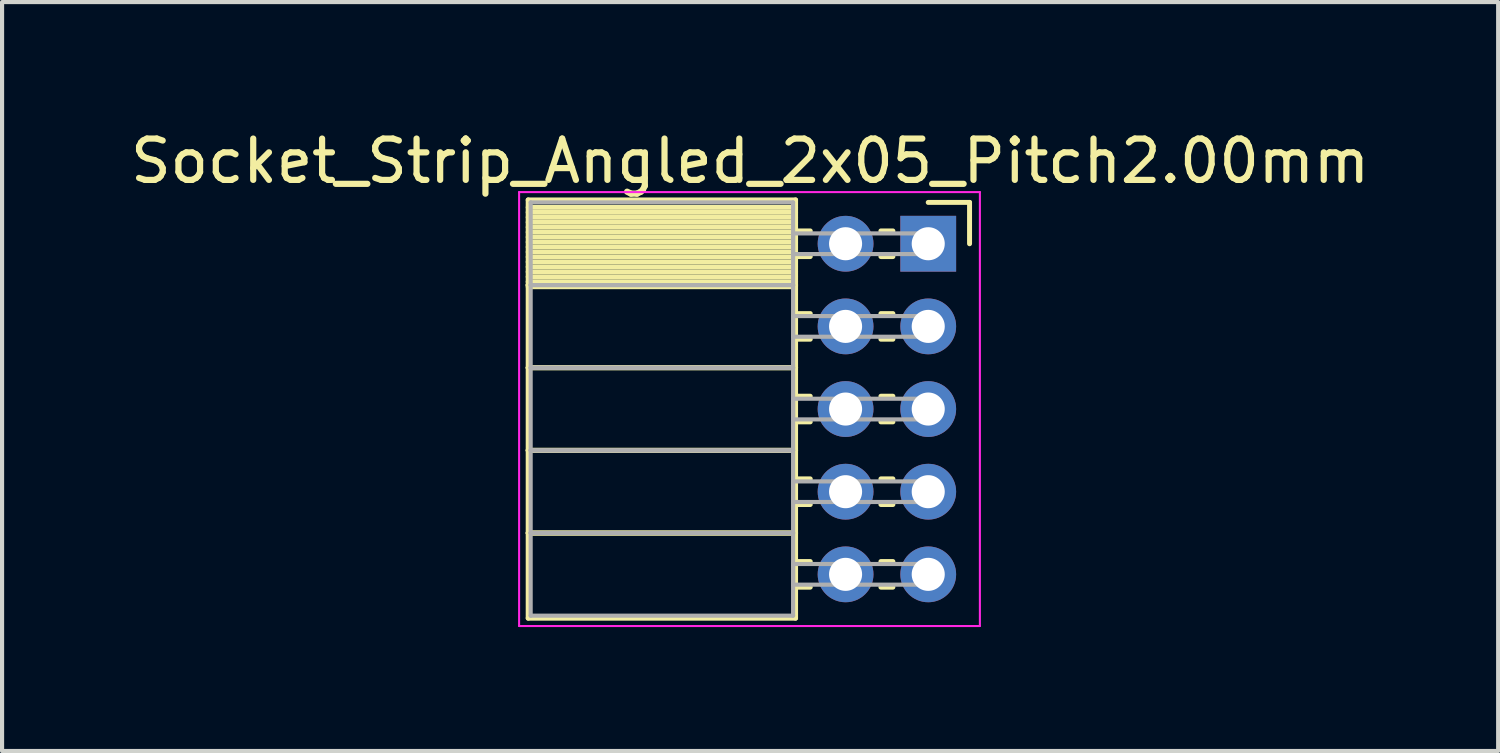
<source format=kicad_pcb>
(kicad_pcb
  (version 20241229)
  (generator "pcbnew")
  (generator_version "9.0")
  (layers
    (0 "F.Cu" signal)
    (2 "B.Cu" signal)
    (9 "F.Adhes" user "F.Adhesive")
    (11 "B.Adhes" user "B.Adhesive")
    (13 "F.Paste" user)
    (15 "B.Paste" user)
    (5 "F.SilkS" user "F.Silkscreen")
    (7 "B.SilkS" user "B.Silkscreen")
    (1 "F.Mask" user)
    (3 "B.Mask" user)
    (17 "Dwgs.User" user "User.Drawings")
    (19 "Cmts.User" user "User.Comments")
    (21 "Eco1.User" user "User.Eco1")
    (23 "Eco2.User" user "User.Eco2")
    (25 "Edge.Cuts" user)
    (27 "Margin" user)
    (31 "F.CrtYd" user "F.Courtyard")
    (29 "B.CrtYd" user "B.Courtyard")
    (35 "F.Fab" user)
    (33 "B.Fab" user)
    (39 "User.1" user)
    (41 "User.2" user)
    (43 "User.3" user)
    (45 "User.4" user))
  (footprint "Socket_Strip_Angled_2x05_Pitch2.00mm"
    (layer "F.Cu")
    (at 19.411 2.848)
    (property "Reference" "Socket_Strip_Angled_2x05_Pitch2.00mm" (at -4.31 -2 0) (layer "F.SilkS") (effects (font (size 1 1) (thickness 0.15))))
    (attr through_hole)
    (fp_line (start -9.68 -1.06) (end -3.21 -1.06) (stroke (width 0.12) (type solid)) (layer "F.SilkS"))
    (fp_line (start -9.68 1) (end -9.68 -1.06) (stroke (width 0.12) (type solid)) (layer "F.SilkS"))
    (fp_line (start -9.68 1) (end -3.21 1) (stroke (width 0.12) (type solid)) (layer "F.SilkS"))
    (fp_line (start -9.68 3) (end -9.68 1) (stroke (width 0.12) (type solid)) (layer "F.SilkS"))
    (fp_line (start -9.68 3) (end -3.21 3) (stroke (width 0.12) (type solid)) (layer "F.SilkS"))
    (fp_line (start -9.68 5) (end -9.68 3) (stroke (width 0.12) (type solid)) (layer "F.SilkS"))
    (fp_line (start -9.68 5) (end -3.21 5) (stroke (width 0.12) (type solid)) (layer "F.SilkS"))
    (fp_line (start -9.68 7) (end -9.68 5) (stroke (width 0.12) (type solid)) (layer "F.SilkS"))
    (fp_line (start -9.68 7) (end -3.21 7) (stroke (width 0.12) (type solid)) (layer "F.SilkS"))
    (fp_line (start -9.68 9.06) (end -9.68 7) (stroke (width 0.12) (type solid)) (layer "F.SilkS"))
    (fp_line (start -3.21 -1.06) (end -3.21 1) (stroke (width 0.12) (type solid)) (layer "F.SilkS"))
    (fp_line (start -3.21 -0.88) (end -9.68 -0.88) (stroke (width 0.12) (type solid)) (layer "F.SilkS"))
    (fp_line (start -3.21 -0.76) (end -9.68 -0.76) (stroke (width 0.12) (type solid)) (layer "F.SilkS"))
    (fp_line (start -3.21 -0.64) (end -9.68 -0.64) (stroke (width 0.12) (type solid)) (layer "F.SilkS"))
    (fp_line (start -3.21 -0.52) (end -9.68 -0.52) (stroke (width 0.12) (type solid)) (layer "F.SilkS"))
    (fp_line (start -3.21 -0.4) (end -9.68 -0.4) (stroke (width 0.12) (type solid)) (layer "F.SilkS"))
    (fp_line (start -3.21 -0.28) (end -9.68 -0.28) (stroke (width 0.12) (type solid)) (layer "F.SilkS"))
    (fp_line (start -3.21 -0.16) (end -9.68 -0.16) (stroke (width 0.12) (type solid)) (layer "F.SilkS"))
    (fp_line (start -3.21 -0.04) (end -9.68 -0.04) (stroke (width 0.12) (type solid)) (layer "F.SilkS"))
    (fp_line (start -3.21 0.08) (end -9.68 0.08) (stroke (width 0.12) (type solid)) (layer "F.SilkS"))
    (fp_line (start -3.21 0.2) (end -9.68 0.2) (stroke (width 0.12) (type solid)) (layer "F.SilkS"))
    (fp_line (start -3.21 0.32) (end -9.68 0.32) (stroke (width 0.12) (type solid)) (layer "F.SilkS"))
    (fp_line (start -3.21 0.44) (end -9.68 0.44) (stroke (width 0.12) (type solid)) (layer "F.SilkS"))
    (fp_line (start -3.21 0.56) (end -9.68 0.56) (stroke (width 0.12) (type solid)) (layer "F.SilkS"))
    (fp_line (start -3.21 0.68) (end -9.68 0.68) (stroke (width 0.12) (type solid)) (layer "F.SilkS"))
    (fp_line (start -3.21 0.8) (end -9.68 0.8) (stroke (width 0.12) (type solid)) (layer "F.SilkS"))
    (fp_line (start -3.21 0.92) (end -9.68 0.92) (stroke (width 0.12) (type solid)) (layer "F.SilkS"))
    (fp_line (start -3.21 1) (end -9.68 1) (stroke (width 0.12) (type solid)) (layer "F.SilkS"))
    (fp_line (start -3.21 1) (end -3.21 3) (stroke (width 0.12) (type solid)) (layer "F.SilkS"))
    (fp_line (start -3.21 1.04) (end -9.68 1.04) (stroke (width 0.12) (type solid)) (layer "F.SilkS"))
    (fp_line (start -3.21 3) (end -9.68 3) (stroke (width 0.12) (type solid)) (layer "F.SilkS"))
    (fp_line (start -3.21 3) (end -3.21 5) (stroke (width 0.12) (type solid)) (layer "F.SilkS"))
    (fp_line (start -3.21 5) (end -9.68 5) (stroke (width 0.12) (type solid)) (layer "F.SilkS"))
    (fp_line (start -3.21 5) (end -3.21 7) (stroke (width 0.12) (type solid)) (layer "F.SilkS"))
    (fp_line (start -3.21 7) (end -9.68 7) (stroke (width 0.12) (type solid)) (layer "F.SilkS"))
    (fp_line (start -3.21 7) (end -3.21 9.06) (stroke (width 0.12) (type solid)) (layer "F.SilkS"))
    (fp_line (start -3.21 9.06) (end -9.68 9.06) (stroke (width 0.12) (type solid)) (layer "F.SilkS"))
    (fp_line (start -2.855 -0.31) (end -3.21 -0.31) (stroke (width 0.12) (type solid)) (layer "F.SilkS"))
    (fp_line (start -2.855 0.31) (end -3.21 0.31) (stroke (width 0.12) (type solid)) (layer "F.SilkS"))
    (fp_line (start -2.855 1.69) (end -3.21 1.69) (stroke (width 0.12) (type solid)) (layer "F.SilkS"))
    (fp_line (start -2.855 2.31) (end -3.21 2.31) (stroke (width 0.12) (type solid)) (layer "F.SilkS"))
    (fp_line (start -2.855 3.69) (end -3.21 3.69) (stroke (width 0.12) (type solid)) (layer "F.SilkS"))
    (fp_line (start -2.855 4.31) (end -3.21 4.31) (stroke (width 0.12) (type solid)) (layer "F.SilkS"))
    (fp_line (start -2.855 5.69) (end -3.21 5.69) (stroke (width 0.12) (type solid)) (layer "F.SilkS"))
    (fp_line (start -2.855 6.31) (end -3.21 6.31) (stroke (width 0.12) (type solid)) (layer "F.SilkS"))
    (fp_line (start -2.855 7.69) (end -3.21 7.69) (stroke (width 0.12) (type solid)) (layer "F.SilkS"))
    (fp_line (start -2.855 8.31) (end -3.21 8.31) (stroke (width 0.12) (type solid)) (layer "F.SilkS"))
    (fp_line (start -0.855 -0.31) (end -1.145 -0.31) (stroke (width 0.12) (type solid)) (layer "F.SilkS"))
    (fp_line (start -0.855 0.31) (end -1.145 0.31) (stroke (width 0.12) (type solid)) (layer "F.SilkS"))
    (fp_line (start -0.855 1.69) (end -1.145 1.69) (stroke (width 0.12) (type solid)) (layer "F.SilkS"))
    (fp_line (start -0.855 2.31) (end -1.145 2.31) (stroke (width 0.12) (type solid)) (layer "F.SilkS"))
    (fp_line (start -0.855 3.69) (end -1.145 3.69) (stroke (width 0.12) (type solid)) (layer "F.SilkS"))
    (fp_line (start -0.855 4.31) (end -1.145 4.31) (stroke (width 0.12) (type solid)) (layer "F.SilkS"))
    (fp_line (start -0.855 5.69) (end -1.145 5.69) (stroke (width 0.12) (type solid)) (layer "F.SilkS"))
    (fp_line (start -0.855 6.31) (end -1.145 6.31) (stroke (width 0.12) (type solid)) (layer "F.SilkS"))
    (fp_line (start -0.855 7.69) (end -1.145 7.69) (stroke (width 0.12) (type solid)) (layer "F.SilkS"))
    (fp_line (start -0.855 8.31) (end -1.145 8.31) (stroke (width 0.12) (type solid)) (layer "F.SilkS"))
    (fp_line (start 0 -1) (end 1 -1) (stroke (width 0.12) (type solid)) (layer "F.SilkS"))
    (fp_line (start 1 -1) (end 1 0) (stroke (width 0.12) (type solid)) (layer "F.SilkS"))
    (fp_line (start -9.9 -1.25) (end 1.25 -1.25) (stroke (width 0.05) (type solid)) (layer "F.CrtYd"))
    (fp_line (start -9.9 9.25) (end -9.9 -1.25) (stroke (width 0.05) (type solid)) (layer "F.CrtYd"))
    (fp_line (start 1.25 -1.25) (end 1.25 9.25) (stroke (width 0.05) (type solid)) (layer "F.CrtYd"))
    (fp_line (start 1.25 9.25) (end -9.9 9.25) (stroke (width 0.05) (type solid)) (layer "F.CrtYd"))
    (fp_line (start -9.62 -1) (end -3.27 -1) (stroke (width 0.1) (type solid)) (layer "F.Fab"))
    (fp_line (start -9.62 1) (end -9.62 -1) (stroke (width 0.1) (type solid)) (layer "F.Fab"))
    (fp_line (start -9.62 1) (end -3.27 1) (stroke (width 0.1) (type solid)) (layer "F.Fab"))
    (fp_line (start -9.62 3) (end -9.62 1) (stroke (width 0.1) (type solid)) (layer "F.Fab"))
    (fp_line (start -9.62 3) (end -3.27 3) (stroke (width 0.1) (type solid)) (layer "F.Fab"))
    (fp_line (start -9.62 5) (end -9.62 3) (stroke (width 0.1) (type solid)) (layer "F.Fab"))
    (fp_line (start -9.62 5) (end -3.27 5) (stroke (width 0.1) (type solid)) (layer "F.Fab"))
    (fp_line (start -9.62 7) (end -9.62 5) (stroke (width 0.1) (type solid)) (layer "F.Fab"))
    (fp_line (start -9.62 7) (end -3.27 7) (stroke (width 0.1) (type solid)) (layer "F.Fab"))
    (fp_line (start -9.62 9) (end -9.62 7) (stroke (width 0.1) (type solid)) (layer "F.Fab"))
    (fp_line (start -3.27 -1) (end -3.27 1) (stroke (width 0.1) (type solid)) (layer "F.Fab"))
    (fp_line (start -3.27 -0.25) (end 0 -0.25) (stroke (width 0.1) (type solid)) (layer "F.Fab"))
    (fp_line (start -3.27 0.25) (end -3.27 -0.25) (stroke (width 0.1) (type solid)) (layer "F.Fab"))
    (fp_line (start -3.27 1) (end -9.62 1) (stroke (width 0.1) (type solid)) (layer "F.Fab"))
    (fp_line (start -3.27 1) (end -3.27 3) (stroke (width 0.1) (type solid)) (layer "F.Fab"))
    (fp_line (start -3.27 1.75) (end 0 1.75) (stroke (width 0.1) (type solid)) (layer "F.Fab"))
    (fp_line (start -3.27 2.25) (end -3.27 1.75) (stroke (width 0.1) (type solid)) (layer "F.Fab"))
    (fp_line (start -3.27 3) (end -9.62 3) (stroke (width 0.1) (type solid)) (layer "F.Fab"))
    (fp_line (start -3.27 3) (end -3.27 5) (stroke (width 0.1) (type solid)) (layer "F.Fab"))
    (fp_line (start -3.27 3.75) (end 0 3.75) (stroke (width 0.1) (type solid)) (layer "F.Fab"))
    (fp_line (start -3.27 4.25) (end -3.27 3.75) (stroke (width 0.1) (type solid)) (layer "F.Fab"))
    (fp_line (start -3.27 5) (end -9.62 5) (stroke (width 0.1) (type solid)) (layer "F.Fab"))
    (fp_line (start -3.27 5) (end -3.27 7) (stroke (width 0.1) (type solid)) (layer "F.Fab"))
    (fp_line (start -3.27 5.75) (end 0 5.75) (stroke (width 0.1) (type solid)) (layer "F.Fab"))
    (fp_line (start -3.27 6.25) (end -3.27 5.75) (stroke (width 0.1) (type solid)) (layer "F.Fab"))
    (fp_line (start -3.27 7) (end -9.62 7) (stroke (width 0.1) (type solid)) (layer "F.Fab"))
    (fp_line (start -3.27 7) (end -3.27 9) (stroke (width 0.1) (type solid)) (layer "F.Fab"))
    (fp_line (start -3.27 7.75) (end 0 7.75) (stroke (width 0.1) (type solid)) (layer "F.Fab"))
    (fp_line (start -3.27 8.25) (end -3.27 7.75) (stroke (width 0.1) (type solid)) (layer "F.Fab"))
    (fp_line (start -3.27 9) (end -9.62 9) (stroke (width 0.1) (type solid)) (layer "F.Fab"))
    (fp_line (start 0 -0.25) (end 0 0.25) (stroke (width 0.1) (type solid)) (layer "F.Fab"))
    (fp_line (start 0 0.25) (end -3.27 0.25) (stroke (width 0.1) (type solid)) (layer "F.Fab"))
    (fp_line (start 0 1.75) (end 0 2.25) (stroke (width 0.1) (type solid)) (layer "F.Fab"))
    (fp_line (start 0 2.25) (end -3.27 2.25) (stroke (width 0.1) (type solid)) (layer "F.Fab"))
    (fp_line (start 0 3.75) (end 0 4.25) (stroke (width 0.1) (type solid)) (layer "F.Fab"))
    (fp_line (start 0 4.25) (end -3.27 4.25) (stroke (width 0.1) (type solid)) (layer "F.Fab"))
    (fp_line (start 0 5.75) (end 0 6.25) (stroke (width 0.1) (type solid)) (layer "F.Fab"))
    (fp_line (start 0 6.25) (end -3.27 6.25) (stroke (width 0.1) (type solid)) (layer "F.Fab"))
    (fp_line (start 0 7.75) (end 0 8.25) (stroke (width 0.1) (type solid)) (layer "F.Fab"))
    (fp_line (start 0 8.25) (end -3.27 8.25) (stroke (width 0.1) (type solid)) (layer "F.Fab"))
    (pad "1" thru_hole rect (at 0 0) (size 1.35 1.35) (drill 0.8) (layers "*.Cu" "*.Mask"))
    (pad "2" thru_hole oval (at -2 0) (size 1.35 1.35) (drill 0.8) (layers "*.Cu" "*.Mask"))
    (pad "3" thru_hole oval (at 0 2) (size 1.35 1.35) (drill 0.8) (layers "*.Cu" "*.Mask"))
    (pad "4" thru_hole oval (at -2 2) (size 1.35 1.35) (drill 0.8) (layers "*.Cu" "*.Mask"))
    (pad "5" thru_hole oval (at 0 4) (size 1.35 1.35) (drill 0.8) (layers "*.Cu" "*.Mask"))
    (pad "6" thru_hole oval (at -2 4) (size 1.35 1.35) (drill 0.8) (layers "*.Cu" "*.Mask"))
    (pad "7" thru_hole oval (at 0 6) (size 1.35 1.35) (drill 0.8) (layers "*.Cu" "*.Mask"))
    (pad "8" thru_hole oval (at -2 6) (size 1.35 1.35) (drill 0.8) (layers "*.Cu" "*.Mask"))
    (pad "9" thru_hole oval (at 0 8) (size 1.35 1.35) (drill 0.8) (layers "*.Cu" "*.Mask"))
    (pad "10" thru_hole oval (at -2 8) (size 1.35 1.35) (drill 0.8) (layers "*.Cu" "*.Mask")))
  (gr_rect
    (start -3 -3)
    (end 33.202 15.123)
    (stroke (width 0.1) (type default))
    (fill no)
    (layer "Edge.Cuts")))
</source>
